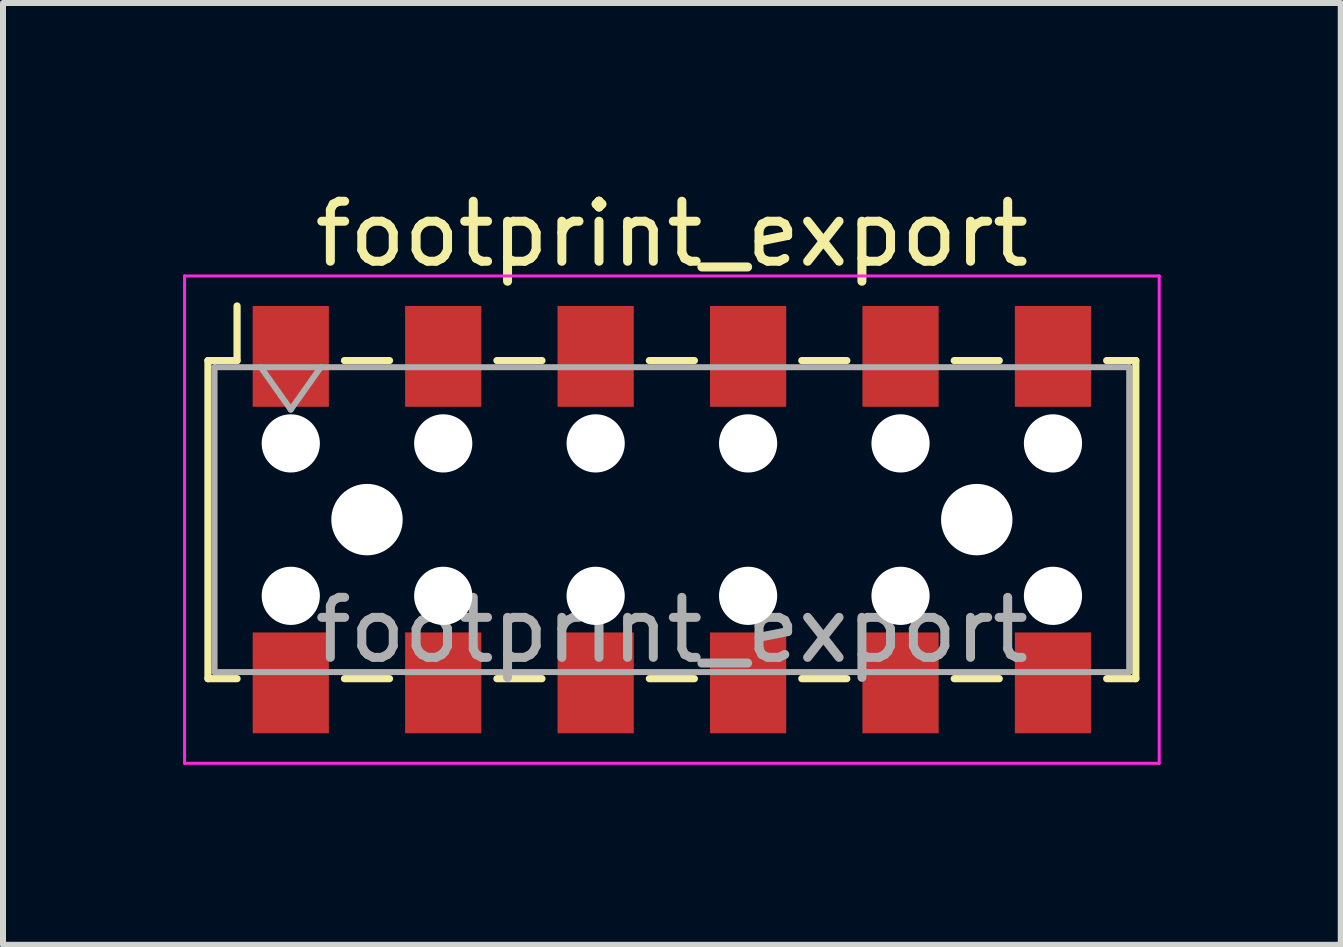
<source format=kicad_pcb>
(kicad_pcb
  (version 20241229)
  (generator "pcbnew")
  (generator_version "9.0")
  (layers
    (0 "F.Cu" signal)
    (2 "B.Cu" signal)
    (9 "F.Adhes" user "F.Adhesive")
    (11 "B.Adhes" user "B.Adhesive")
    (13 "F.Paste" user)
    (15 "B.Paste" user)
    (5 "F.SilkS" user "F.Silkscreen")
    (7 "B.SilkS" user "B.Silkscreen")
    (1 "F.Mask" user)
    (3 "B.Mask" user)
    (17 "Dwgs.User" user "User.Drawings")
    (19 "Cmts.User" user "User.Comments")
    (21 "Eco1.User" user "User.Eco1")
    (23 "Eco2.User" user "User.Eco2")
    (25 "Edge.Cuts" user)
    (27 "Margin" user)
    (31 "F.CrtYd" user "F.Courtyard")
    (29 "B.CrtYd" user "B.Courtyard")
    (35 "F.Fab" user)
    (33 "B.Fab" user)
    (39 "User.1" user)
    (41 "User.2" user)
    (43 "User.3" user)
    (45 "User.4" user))
  (footprint "footprint_export"
    (layer "F.Cu")
    (at 8.145 5.608)
    (property "Reference" "footprint_export" (at 0 -4.76 0) (layer "F.SilkS") (effects (font (size 1 1) (thickness 0.15))))
    (attr smd)
    (fp_line (start -7.73 -2.65) (end -7.73 2.65) (stroke (width 0.12) (type solid)) (layer "F.SilkS"))
    (fp_line (start -7.73 2.65) (end -7.245 2.65) (stroke (width 0.12) (type solid)) (layer "F.SilkS"))
    (fp_line (start -7.245 -3.56) (end -7.245 -2.65) (stroke (width 0.12) (type solid)) (layer "F.SilkS"))
    (fp_line (start -7.245 -2.65) (end -7.73 -2.65) (stroke (width 0.12) (type solid)) (layer "F.SilkS"))
    (fp_line (start -5.455 -2.65) (end -4.705 -2.65) (stroke (width 0.12) (type solid)) (layer "F.SilkS"))
    (fp_line (start -5.455 2.65) (end -4.705 2.65) (stroke (width 0.12) (type solid)) (layer "F.SilkS"))
    (fp_line (start -2.915 -2.65) (end -2.165 -2.65) (stroke (width 0.12) (type solid)) (layer "F.SilkS"))
    (fp_line (start -2.915 2.65) (end -2.165 2.65) (stroke (width 0.12) (type solid)) (layer "F.SilkS"))
    (fp_line (start -0.375 -2.65) (end 0.375 -2.65) (stroke (width 0.12) (type solid)) (layer "F.SilkS"))
    (fp_line (start -0.375 2.65) (end 0.375 2.65) (stroke (width 0.12) (type solid)) (layer "F.SilkS"))
    (fp_line (start 2.165 -2.65) (end 2.915 -2.65) (stroke (width 0.12) (type solid)) (layer "F.SilkS"))
    (fp_line (start 2.165 2.65) (end 2.915 2.65) (stroke (width 0.12) (type solid)) (layer "F.SilkS"))
    (fp_line (start 4.705 -2.65) (end 5.455 -2.65) (stroke (width 0.12) (type solid)) (layer "F.SilkS"))
    (fp_line (start 4.705 2.65) (end 5.455 2.65) (stroke (width 0.12) (type solid)) (layer "F.SilkS"))
    (fp_line (start 7.245 -2.65) (end 7.73 -2.65) (stroke (width 0.12) (type solid)) (layer "F.SilkS"))
    (fp_line (start 7.73 -2.65) (end 7.73 2.65) (stroke (width 0.12) (type solid)) (layer "F.SilkS"))
    (fp_line (start 7.73 2.65) (end 7.245 2.65) (stroke (width 0.12) (type solid)) (layer "F.SilkS"))
    (fp_line (start -8.12 -4.06) (end 8.12 -4.06) (stroke (width 0.05) (type solid)) (layer "F.CrtYd"))
    (fp_line (start -8.12 4.06) (end -8.12 -4.06) (stroke (width 0.05) (type solid)) (layer "F.CrtYd"))
    (fp_line (start 8.12 -4.06) (end 8.12 4.06) (stroke (width 0.05) (type solid)) (layer "F.CrtYd"))
    (fp_line (start 8.12 4.06) (end -8.12 4.06) (stroke (width 0.05) (type solid)) (layer "F.CrtYd"))
    (fp_line (start -7.62 -2.54) (end 7.62 -2.54) (stroke (width 0.1) (type solid)) (layer "F.Fab"))
    (fp_line (start -7.62 2.54) (end -7.62 -2.54) (stroke (width 0.1) (type solid)) (layer "F.Fab"))
    (fp_line (start -6.85 -2.54) (end -6.35 -1.833) (stroke (width 0.1) (type solid)) (layer "F.Fab"))
    (fp_line (start -6.35 -1.833) (end -5.85 -2.54) (stroke (width 0.1) (type solid)) (layer "F.Fab"))
    (fp_line (start 7.62 -2.54) (end 7.62 2.54) (stroke (width 0.1) (type solid)) (layer "F.Fab"))
    (fp_line (start 7.62 2.54) (end -7.62 2.54) (stroke (width 0.1) (type solid)) (layer "F.Fab"))
    (fp_text user "${REFERENCE}" (at 0 1.84 0) (layer "F.Fab") (effects (font (size 1 1) (thickness 0.15))))
    (pad "" np_thru_hole circle (at -6.35 -1.27) (size 0.97 0.97) (drill 0.97) (layers "*.Cu" "*.Mask"))
    (pad "" np_thru_hole circle (at -6.35 1.27) (size 0.97 0.97) (drill 0.97) (layers "*.Cu" "*.Mask"))
    (pad "" np_thru_hole circle (at -5.08 0) (size 1.19 1.19) (drill 1.19) (layers "*.Cu" "*.Mask"))
    (pad "" np_thru_hole circle (at -3.81 -1.27) (size 0.97 0.97) (drill 0.97) (layers "*.Cu" "*.Mask"))
    (pad "" np_thru_hole circle (at -3.81 1.27) (size 0.97 0.97) (drill 0.97) (layers "*.Cu" "*.Mask"))
    (pad "" np_thru_hole circle (at -1.27 -1.27) (size 0.97 0.97) (drill 0.97) (layers "*.Cu" "*.Mask"))
    (pad "" np_thru_hole circle (at -1.27 1.27) (size 0.97 0.97) (drill 0.97) (layers "*.Cu" "*.Mask"))
    (pad "" np_thru_hole circle (at 1.27 -1.27) (size 0.97 0.97) (drill 0.97) (layers "*.Cu" "*.Mask"))
    (pad "" np_thru_hole circle (at 1.27 1.27) (size 0.97 0.97) (drill 0.97) (layers "*.Cu" "*.Mask"))
    (pad "" np_thru_hole circle (at 3.81 -1.27) (size 0.97 0.97) (drill 0.97) (layers "*.Cu" "*.Mask"))
    (pad "" np_thru_hole circle (at 3.81 1.27) (size 0.97 0.97) (drill 0.97) (layers "*.Cu" "*.Mask"))
    (pad "" np_thru_hole circle (at 5.08 0) (size 1.19 1.19) (drill 1.19) (layers "*.Cu" "*.Mask"))
    (pad "" np_thru_hole circle (at 6.35 -1.27) (size 0.97 0.97) (drill 0.97) (layers "*.Cu" "*.Mask"))
    (pad "" np_thru_hole circle (at 6.35 1.27) (size 0.97 0.97) (drill 0.97) (layers "*.Cu" "*.Mask"))
    (pad "1" smd rect (at -6.35 -2.72) (size 1.27 1.68) (layers "F.Cu" "F.Mask" "F.Paste"))
    (pad "2" smd rect (at -6.35 2.72) (size 1.27 1.68) (layers "F.Cu" "F.Mask" "F.Paste"))
    (pad "3" smd rect (at -3.81 -2.72) (size 1.27 1.68) (layers "F.Cu" "F.Mask" "F.Paste"))
    (pad "4" smd rect (at -3.81 2.72) (size 1.27 1.68) (layers "F.Cu" "F.Mask" "F.Paste"))
    (pad "5" smd rect (at -1.27 -2.72) (size 1.27 1.68) (layers "F.Cu" "F.Mask" "F.Paste"))
    (pad "6" smd rect (at -1.27 2.72) (size 1.27 1.68) (layers "F.Cu" "F.Mask" "F.Paste"))
    (pad "7" smd rect (at 1.27 -2.72) (size 1.27 1.68) (layers "F.Cu" "F.Mask" "F.Paste"))
    (pad "8" smd rect (at 1.27 2.72) (size 1.27 1.68) (layers "F.Cu" "F.Mask" "F.Paste"))
    (pad "9" smd rect (at 3.81 -2.72) (size 1.27 1.68) (layers "F.Cu" "F.Mask" "F.Paste"))
    (pad "10" smd rect (at 3.81 2.72) (size 1.27 1.68) (layers "F.Cu" "F.Mask" "F.Paste"))
    (pad "11" smd rect (at 6.35 -2.72) (size 1.27 1.68) (layers "F.Cu" "F.Mask" "F.Paste"))
    (pad "12" smd rect (at 6.35 2.72) (size 1.27 1.68) (layers "F.Cu" "F.Mask" "F.Paste")))
  (gr_rect
    (start -3 -3)
    (end 19.29 12.693)
    (stroke (width 0.1) (type default))
    (fill no)
    (layer "Edge.Cuts")))
</source>
